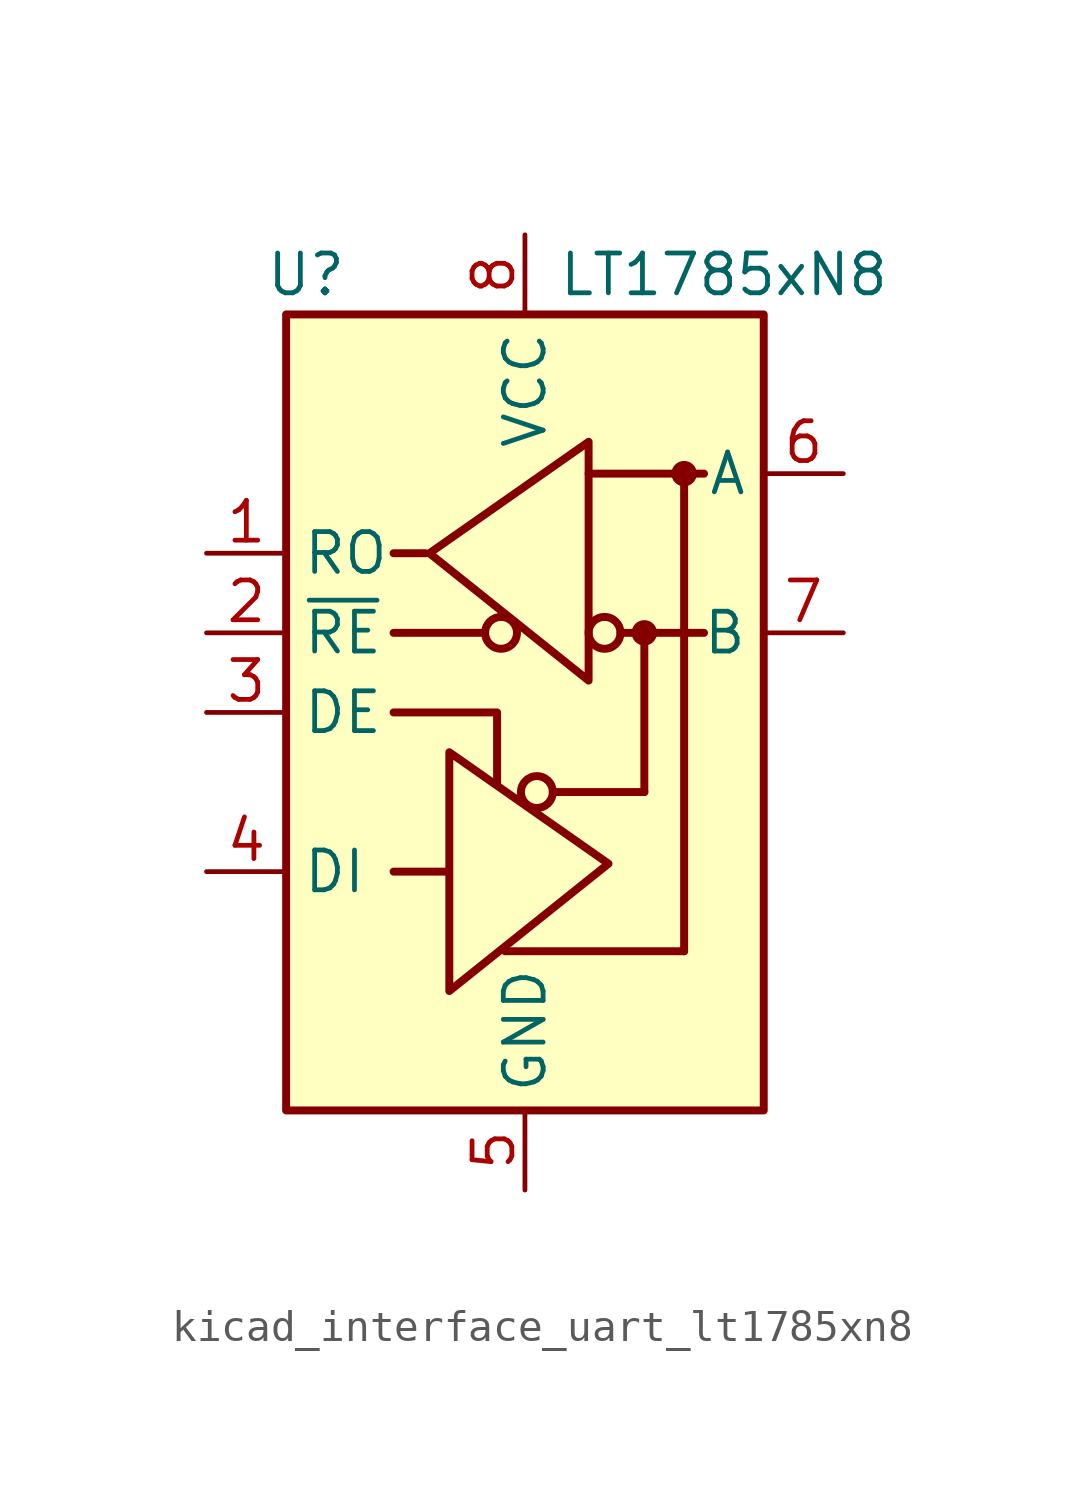
<source format=kicad_sym>
(kicad_symbol_lib
  (version 20220914)
  (generator kicad_symbol_editor)
  (symbol "kicad_interface_uart_lt1785xn8"
    (property "Reference" "U"
      (at -6.985 13.97 0)
      (effects (font (size 1.27 1.27))))
    (property "Value" "LT1785xN8"
      (at 6.35 13.97 0)
      (effects (font (size 1.27 1.27))))
    (symbol "kicad_interface_uart_lt1785xn8_0_1"
      (rectangle (start -7.62 12.7) (end 7.62 -12.7) (stroke (width 0.254) (type default)) (fill (type background))))
    (symbol "kicad_interface_uart_lt1785xn8_1_1"
      (circle (center -0.762 2.54) (radius 0.508) (stroke (width 0.254) (type default)) (fill (type none)))
      (polyline (pts (xy -4.191 2.54) (xy -1.27 2.54)) (stroke (width 0.254) (type default)) (fill (type none)))
      (polyline (pts (xy -2.54 -5.08) (xy -4.191 -5.08)) (stroke (width 0.254) (type default)) (fill (type none)))
      (polyline (pts (xy -0.635 -7.62) (xy 5.08 -7.62)) (stroke (width 0.254) (type default)) (fill (type none)))
      (polyline (pts (xy 0.889 -2.54) (xy 3.81 -2.54)) (stroke (width 0.254) (type default)) (fill (type none)))
      (polyline (pts (xy 2.032 7.62) (xy 5.715 7.62)) (stroke (width 0.254) (type default)) (fill (type none)))
      (polyline (pts (xy 3.048 2.54) (xy 5.715 2.54)) (stroke (width 0.254) (type default)) (fill (type none)))
      (polyline (pts (xy 3.81 -2.54) (xy 3.81 2.54)) (stroke (width 0.254) (type default)) (fill (type none)))
      (polyline (pts (xy 5.08 -7.62) (xy 5.08 7.62)) (stroke (width 0.254) (type default)) (fill (type none)))
      (polyline (pts (xy -4.191 0) (xy -0.889 0) (xy -0.889 -2.286)) (stroke (width 0.254) (type default)) (fill (type none)))
      (polyline (pts (xy -3.175 5.08) (xy -4.191 5.08) (xy -4.064 5.08)) (stroke (width 0.254) (type default)) (fill (type none)))
      (polyline (pts (xy -2.413 -5.08) (xy -2.413 -1.27) (xy 2.667 -4.826) (xy -2.413 -8.89) (xy -2.413 -5.08)) (stroke (width 0.254) (type default)) (fill (type none)))
      (polyline (pts (xy 2.032 4.826) (xy 2.032 8.636) (xy -3.048 5.08) (xy 2.032 1.016) (xy 2.032 4.826)) (stroke (width 0.254) (type default)) (fill (type none)))
      (circle (center 0.381 -2.54) (radius 0.508) (stroke (width 0.254) (type default)) (fill (type none)))
      (circle (center 2.54 2.54) (radius 0.508) (stroke (width 0.254) (type default)) (fill (type none)))
      (circle (center 3.81 2.54) (radius 0.279) (stroke (width 0.254) (type default)) (fill (type outline)))
      (circle (center 5.08 7.62) (radius 0.279) (stroke (width 0.254) (type default)) (fill (type outline)))
      (pin output line (at -10.16 5.08 0) (length 2.54) (name "RO" (effects (font (size 1.27 1.27)))) (number "1" (effects (font (size 1.27 1.27)))))
      (pin input line (at -10.16 2.54 0) (length 2.54) (name "~{RE}" (effects (font (size 1.27 1.27)))) (number "2" (effects (font (size 1.27 1.27)))))
      (pin input line (at -10.16 0 0) (length 2.54) (name "DE" (effects (font (size 1.27 1.27)))) (number "3" (effects (font (size 1.27 1.27)))))
      (pin input line (at -10.16 -5.08 0) (length 2.54) (name "DI" (effects (font (size 1.27 1.27)))) (number "4" (effects (font (size 1.27 1.27)))))
      (pin power_in line (at 0 -15.24 90) (length 2.54) (name "GND" (effects (font (size 1.27 1.27)))) (number "5" (effects (font (size 1.27 1.27)))))
      (pin bidirectional line (at 10.16 7.62 180) (length 2.54) (name "A" (effects (font (size 1.27 1.27)))) (number "6" (effects (font (size 1.27 1.27)))))
      (pin bidirectional line (at 10.16 2.54 180) (length 2.54) (name "B" (effects (font (size 1.27 1.27)))) (number "7" (effects (font (size 1.27 1.27)))))
      (pin power_in line (at 0 15.24 270) (length 2.54) (name "VCC" (effects (font (size 1.27 1.27)))) (number "8" (effects (font (size 1.27 1.27))))))))
</source>
